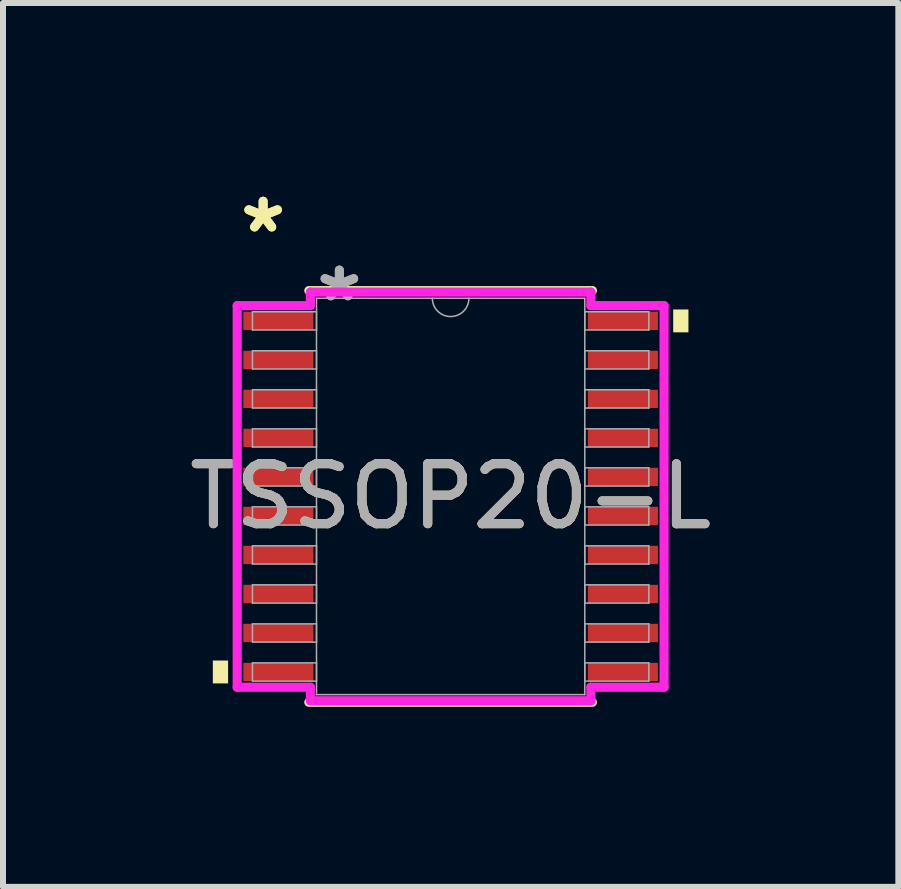
<source format=kicad_pcb>
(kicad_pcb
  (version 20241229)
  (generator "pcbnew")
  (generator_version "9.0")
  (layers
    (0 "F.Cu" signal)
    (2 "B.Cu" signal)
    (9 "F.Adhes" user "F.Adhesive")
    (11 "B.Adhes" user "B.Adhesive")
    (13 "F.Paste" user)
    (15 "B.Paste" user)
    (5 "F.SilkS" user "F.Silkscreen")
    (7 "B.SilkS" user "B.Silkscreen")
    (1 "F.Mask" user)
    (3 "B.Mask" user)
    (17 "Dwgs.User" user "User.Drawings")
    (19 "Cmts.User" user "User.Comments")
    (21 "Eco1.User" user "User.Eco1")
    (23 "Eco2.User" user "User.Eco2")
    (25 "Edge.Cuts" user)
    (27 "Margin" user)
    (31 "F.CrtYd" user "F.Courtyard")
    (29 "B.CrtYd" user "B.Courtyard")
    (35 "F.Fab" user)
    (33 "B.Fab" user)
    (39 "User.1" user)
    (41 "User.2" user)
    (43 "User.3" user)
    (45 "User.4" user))
  (footprint "TSSOP20-L"
    (layer "F.Cu")
    (at 4.458 5.221)
    (property "Reference" "TSSOP20-L" (at 0 0 0) (unlocked yes) (layer "F.SilkS") (effects (font (size 1 1) (thickness 0.15))))
    (attr smd)
    (fp_line (start -2.362 3.429) (end 2.362 3.429) (stroke (width 0.152) (type solid)) (layer "F.SilkS"))
    (fp_line (start 2.362 -3.429) (end -2.362 -3.429) (stroke (width 0.152) (type solid)) (layer "F.SilkS"))
    (fp_poly (pts (xy -3.962 2.734) (xy -3.962 3.115) (xy -3.708 3.115) (xy -3.708 2.734)) (stroke (width 0) (type solid)) (fill yes) (layer "F.SilkS"))
    (fp_poly (pts (xy 3.962 -3.115) (xy 3.962 -2.734) (xy 3.708 -2.734) (xy 3.708 -3.115)) (stroke (width 0) (type solid)) (fill yes) (layer "F.SilkS"))
    (fp_line (start -3.556 -3.179) (end -2.337 -3.179) (stroke (width 0.152) (type solid)) (layer "F.CrtYd"))
    (fp_line (start -3.556 3.179) (end -3.556 -3.179) (stroke (width 0.152) (type solid)) (layer "F.CrtYd"))
    (fp_line (start -3.556 3.179) (end -2.337 3.179) (stroke (width 0.152) (type solid)) (layer "F.CrtYd"))
    (fp_line (start -2.337 -3.404) (end 2.337 -3.404) (stroke (width 0.152) (type solid)) (layer "F.CrtYd"))
    (fp_line (start -2.337 -3.179) (end -2.337 -3.404) (stroke (width 0.152) (type solid)) (layer "F.CrtYd"))
    (fp_line (start -2.337 3.404) (end -2.337 3.179) (stroke (width 0.152) (type solid)) (layer "F.CrtYd"))
    (fp_line (start 2.337 -3.404) (end 2.337 -3.179) (stroke (width 0.152) (type solid)) (layer "F.CrtYd"))
    (fp_line (start 2.337 3.179) (end 2.337 3.404) (stroke (width 0.152) (type solid)) (layer "F.CrtYd"))
    (fp_line (start 2.337 3.404) (end -2.337 3.404) (stroke (width 0.152) (type solid)) (layer "F.CrtYd"))
    (fp_line (start 3.556 -3.179) (end 2.337 -3.179) (stroke (width 0.152) (type solid)) (layer "F.CrtYd"))
    (fp_line (start 3.556 -3.179) (end 3.556 3.179) (stroke (width 0.152) (type solid)) (layer "F.CrtYd"))
    (fp_line (start 3.556 3.179) (end 2.337 3.179) (stroke (width 0.152) (type solid)) (layer "F.CrtYd"))
    (fp_line (start -3.302 -3.077) (end -3.302 -2.773) (stroke (width 0.025) (type solid)) (layer "F.Fab"))
    (fp_line (start -3.302 -2.773) (end -2.235 -2.773) (stroke (width 0.025) (type solid)) (layer "F.Fab"))
    (fp_line (start -3.302 -2.427) (end -3.302 -2.123) (stroke (width 0.025) (type solid)) (layer "F.Fab"))
    (fp_line (start -3.302 -2.123) (end -2.235 -2.123) (stroke (width 0.025) (type solid)) (layer "F.Fab"))
    (fp_line (start -3.302 -1.777) (end -3.302 -1.473) (stroke (width 0.025) (type solid)) (layer "F.Fab"))
    (fp_line (start -3.302 -1.473) (end -2.235 -1.473) (stroke (width 0.025) (type solid)) (layer "F.Fab"))
    (fp_line (start -3.302 -1.127) (end -3.302 -0.823) (stroke (width 0.025) (type solid)) (layer "F.Fab"))
    (fp_line (start -3.302 -0.823) (end -2.235 -0.823) (stroke (width 0.025) (type solid)) (layer "F.Fab"))
    (fp_line (start -3.302 -0.477) (end -3.302 -0.173) (stroke (width 0.025) (type solid)) (layer "F.Fab"))
    (fp_line (start -3.302 -0.173) (end -2.235 -0.173) (stroke (width 0.025) (type solid)) (layer "F.Fab"))
    (fp_line (start -3.302 0.173) (end -3.302 0.477) (stroke (width 0.025) (type solid)) (layer "F.Fab"))
    (fp_line (start -3.302 0.477) (end -2.235 0.477) (stroke (width 0.025) (type solid)) (layer "F.Fab"))
    (fp_line (start -3.302 0.823) (end -3.302 1.127) (stroke (width 0.025) (type solid)) (layer "F.Fab"))
    (fp_line (start -3.302 1.127) (end -2.235 1.127) (stroke (width 0.025) (type solid)) (layer "F.Fab"))
    (fp_line (start -3.302 1.473) (end -3.302 1.777) (stroke (width 0.025) (type solid)) (layer "F.Fab"))
    (fp_line (start -3.302 1.777) (end -2.235 1.777) (stroke (width 0.025) (type solid)) (layer "F.Fab"))
    (fp_line (start -3.302 2.123) (end -3.302 2.427) (stroke (width 0.025) (type solid)) (layer "F.Fab"))
    (fp_line (start -3.302 2.427) (end -2.235 2.427) (stroke (width 0.025) (type solid)) (layer "F.Fab"))
    (fp_line (start -3.302 2.773) (end -3.302 3.077) (stroke (width 0.025) (type solid)) (layer "F.Fab"))
    (fp_line (start -3.302 3.077) (end -2.235 3.077) (stroke (width 0.025) (type solid)) (layer "F.Fab"))
    (fp_line (start -2.235 -3.302) (end -2.235 3.302) (stroke (width 0.025) (type solid)) (layer "F.Fab"))
    (fp_line (start -2.235 -3.077) (end -3.302 -3.077) (stroke (width 0.025) (type solid)) (layer "F.Fab"))
    (fp_line (start -2.235 -2.773) (end -2.235 -3.077) (stroke (width 0.025) (type solid)) (layer "F.Fab"))
    (fp_line (start -2.235 -2.427) (end -3.302 -2.427) (stroke (width 0.025) (type solid)) (layer "F.Fab"))
    (fp_line (start -2.235 -2.123) (end -2.235 -2.427) (stroke (width 0.025) (type solid)) (layer "F.Fab"))
    (fp_line (start -2.235 -1.777) (end -3.302 -1.777) (stroke (width 0.025) (type solid)) (layer "F.Fab"))
    (fp_line (start -2.235 -1.473) (end -2.235 -1.777) (stroke (width 0.025) (type solid)) (layer "F.Fab"))
    (fp_line (start -2.235 -1.127) (end -3.302 -1.127) (stroke (width 0.025) (type solid)) (layer "F.Fab"))
    (fp_line (start -2.235 -0.823) (end -2.235 -1.127) (stroke (width 0.025) (type solid)) (layer "F.Fab"))
    (fp_line (start -2.235 -0.477) (end -3.302 -0.477) (stroke (width 0.025) (type solid)) (layer "F.Fab"))
    (fp_line (start -2.235 -0.173) (end -2.235 -0.477) (stroke (width 0.025) (type solid)) (layer "F.Fab"))
    (fp_line (start -2.235 0.173) (end -3.302 0.173) (stroke (width 0.025) (type solid)) (layer "F.Fab"))
    (fp_line (start -2.235 0.477) (end -2.235 0.173) (stroke (width 0.025) (type solid)) (layer "F.Fab"))
    (fp_line (start -2.235 0.823) (end -3.302 0.823) (stroke (width 0.025) (type solid)) (layer "F.Fab"))
    (fp_line (start -2.235 1.127) (end -2.235 0.823) (stroke (width 0.025) (type solid)) (layer "F.Fab"))
    (fp_line (start -2.235 1.473) (end -3.302 1.473) (stroke (width 0.025) (type solid)) (layer "F.Fab"))
    (fp_line (start -2.235 1.777) (end -2.235 1.473) (stroke (width 0.025) (type solid)) (layer "F.Fab"))
    (fp_line (start -2.235 2.123) (end -3.302 2.123) (stroke (width 0.025) (type solid)) (layer "F.Fab"))
    (fp_line (start -2.235 2.427) (end -2.235 2.123) (stroke (width 0.025) (type solid)) (layer "F.Fab"))
    (fp_line (start -2.235 2.773) (end -3.302 2.773) (stroke (width 0.025) (type solid)) (layer "F.Fab"))
    (fp_line (start -2.235 3.077) (end -2.235 2.773) (stroke (width 0.025) (type solid)) (layer "F.Fab"))
    (fp_line (start -2.235 3.302) (end 2.235 3.302) (stroke (width 0.025) (type solid)) (layer "F.Fab"))
    (fp_line (start 2.235 -3.302) (end -2.235 -3.302) (stroke (width 0.025) (type solid)) (layer "F.Fab"))
    (fp_line (start 2.235 -3.077) (end 2.235 -2.773) (stroke (width 0.025) (type solid)) (layer "F.Fab"))
    (fp_line (start 2.235 -2.773) (end 3.302 -2.773) (stroke (width 0.025) (type solid)) (layer "F.Fab"))
    (fp_line (start 2.235 -2.427) (end 2.235 -2.123) (stroke (width 0.025) (type solid)) (layer "F.Fab"))
    (fp_line (start 2.235 -2.123) (end 3.302 -2.123) (stroke (width 0.025) (type solid)) (layer "F.Fab"))
    (fp_line (start 2.235 -1.777) (end 2.235 -1.473) (stroke (width 0.025) (type solid)) (layer "F.Fab"))
    (fp_line (start 2.235 -1.473) (end 3.302 -1.473) (stroke (width 0.025) (type solid)) (layer "F.Fab"))
    (fp_line (start 2.235 -1.127) (end 2.235 -0.823) (stroke (width 0.025) (type solid)) (layer "F.Fab"))
    (fp_line (start 2.235 -0.823) (end 3.302 -0.823) (stroke (width 0.025) (type solid)) (layer "F.Fab"))
    (fp_line (start 2.235 -0.477) (end 2.235 -0.173) (stroke (width 0.025) (type solid)) (layer "F.Fab"))
    (fp_line (start 2.235 -0.173) (end 3.302 -0.173) (stroke (width 0.025) (type solid)) (layer "F.Fab"))
    (fp_line (start 2.235 0.173) (end 2.235 0.477) (stroke (width 0.025) (type solid)) (layer "F.Fab"))
    (fp_line (start 2.235 0.477) (end 3.302 0.477) (stroke (width 0.025) (type solid)) (layer "F.Fab"))
    (fp_line (start 2.235 0.823) (end 2.235 1.127) (stroke (width 0.025) (type solid)) (layer "F.Fab"))
    (fp_line (start 2.235 1.127) (end 3.302 1.127) (stroke (width 0.025) (type solid)) (layer "F.Fab"))
    (fp_line (start 2.235 1.473) (end 2.235 1.777) (stroke (width 0.025) (type solid)) (layer "F.Fab"))
    (fp_line (start 2.235 1.777) (end 3.302 1.777) (stroke (width 0.025) (type solid)) (layer "F.Fab"))
    (fp_line (start 2.235 2.123) (end 2.235 2.427) (stroke (width 0.025) (type solid)) (layer "F.Fab"))
    (fp_line (start 2.235 2.427) (end 3.302 2.427) (stroke (width 0.025) (type solid)) (layer "F.Fab"))
    (fp_line (start 2.235 2.773) (end 2.235 3.077) (stroke (width 0.025) (type solid)) (layer "F.Fab"))
    (fp_line (start 2.235 3.077) (end 3.302 3.077) (stroke (width 0.025) (type solid)) (layer "F.Fab"))
    (fp_line (start 2.235 3.302) (end 2.235 -3.302) (stroke (width 0.025) (type solid)) (layer "F.Fab"))
    (fp_line (start 3.302 -3.077) (end 2.235 -3.077) (stroke (width 0.025) (type solid)) (layer "F.Fab"))
    (fp_line (start 3.302 -2.773) (end 3.302 -3.077) (stroke (width 0.025) (type solid)) (layer "F.Fab"))
    (fp_line (start 3.302 -2.427) (end 2.235 -2.427) (stroke (width 0.025) (type solid)) (layer "F.Fab"))
    (fp_line (start 3.302 -2.123) (end 3.302 -2.427) (stroke (width 0.025) (type solid)) (layer "F.Fab"))
    (fp_line (start 3.302 -1.777) (end 2.235 -1.777) (stroke (width 0.025) (type solid)) (layer "F.Fab"))
    (fp_line (start 3.302 -1.473) (end 3.302 -1.777) (stroke (width 0.025) (type solid)) (layer "F.Fab"))
    (fp_line (start 3.302 -1.127) (end 2.235 -1.127) (stroke (width 0.025) (type solid)) (layer "F.Fab"))
    (fp_line (start 3.302 -0.823) (end 3.302 -1.127) (stroke (width 0.025) (type solid)) (layer "F.Fab"))
    (fp_line (start 3.302 -0.477) (end 2.235 -0.477) (stroke (width 0.025) (type solid)) (layer "F.Fab"))
    (fp_line (start 3.302 -0.173) (end 3.302 -0.477) (stroke (width 0.025) (type solid)) (layer "F.Fab"))
    (fp_line (start 3.302 0.173) (end 2.235 0.173) (stroke (width 0.025) (type solid)) (layer "F.Fab"))
    (fp_line (start 3.302 0.477) (end 3.302 0.173) (stroke (width 0.025) (type solid)) (layer "F.Fab"))
    (fp_line (start 3.302 0.823) (end 2.235 0.823) (stroke (width 0.025) (type solid)) (layer "F.Fab"))
    (fp_line (start 3.302 1.127) (end 3.302 0.823) (stroke (width 0.025) (type solid)) (layer "F.Fab"))
    (fp_line (start 3.302 1.473) (end 2.235 1.473) (stroke (width 0.025) (type solid)) (layer "F.Fab"))
    (fp_line (start 3.302 1.777) (end 3.302 1.473) (stroke (width 0.025) (type solid)) (layer "F.Fab"))
    (fp_line (start 3.302 2.123) (end 2.235 2.123) (stroke (width 0.025) (type solid)) (layer "F.Fab"))
    (fp_line (start 3.302 2.427) (end 3.302 2.123) (stroke (width 0.025) (type solid)) (layer "F.Fab"))
    (fp_line (start 3.302 2.773) (end 2.235 2.773) (stroke (width 0.025) (type solid)) (layer "F.Fab"))
    (fp_line (start 3.302 3.077) (end 3.302 2.773) (stroke (width 0.025) (type solid)) (layer "F.Fab"))
    (fp_arc (start 0.3048 -3.302) (mid 0 -2.9972) (end -0.3048 -3.302) (stroke (width 0.0254) (type solid)) (layer "F.Fab"))
    (fp_text user "*" (at -3.124 -4.373 0) (unlocked yes) (layer "F.SilkS") (effects (font (size 1 1) (thickness 0.15))))
    (fp_text user "*" (at -3.124 -4.373 0) (layer "F.SilkS") (effects (font (size 1 1) (thickness 0.15))))
    (fp_text user "*" (at -1.854 -3.226 0) (unlocked yes) (layer "F.Fab") (effects (font (size 1 1) (thickness 0.15))))
    (fp_text user "*" (at -1.854 -3.226 0) (layer "F.Fab") (effects (font (size 1 1) (thickness 0.15))))
    (fp_text user "${REFERENCE}" (at 0 0 0) (unlocked yes) (layer "F.Fab") (effects (font (size 1 1) (thickness 0.15))))
    (pad "1" smd rect (at -2.87 -2.925) (size 1.168 0.305) (layers "F.Cu" "F.Mask" "F.Paste"))
    (pad "2" smd rect (at -2.87 -2.275) (size 1.168 0.305) (layers "F.Cu" "F.Mask" "F.Paste"))
    (pad "3" smd rect (at -2.87 -1.625) (size 1.168 0.305) (layers "F.Cu" "F.Mask" "F.Paste"))
    (pad "4" smd rect (at -2.87 -0.975) (size 1.168 0.305) (layers "F.Cu" "F.Mask" "F.Paste"))
    (pad "5" smd rect (at -2.87 -0.325) (size 1.168 0.305) (layers "F.Cu" "F.Mask" "F.Paste"))
    (pad "6" smd rect (at -2.87 0.325) (size 1.168 0.305) (layers "F.Cu" "F.Mask" "F.Paste"))
    (pad "7" smd rect (at -2.87 0.975) (size 1.168 0.305) (layers "F.Cu" "F.Mask" "F.Paste"))
    (pad "8" smd rect (at -2.87 1.625) (size 1.168 0.305) (layers "F.Cu" "F.Mask" "F.Paste"))
    (pad "9" smd rect (at -2.87 2.275) (size 1.168 0.305) (layers "F.Cu" "F.Mask" "F.Paste"))
    (pad "10" smd rect (at -2.87 2.925) (size 1.168 0.305) (layers "F.Cu" "F.Mask" "F.Paste"))
    (pad "11" smd rect (at 2.87 2.925) (size 1.168 0.305) (layers "F.Cu" "F.Mask" "F.Paste"))
    (pad "12" smd rect (at 2.87 2.275) (size 1.168 0.305) (layers "F.Cu" "F.Mask" "F.Paste"))
    (pad "13" smd rect (at 2.87 1.625) (size 1.168 0.305) (layers "F.Cu" "F.Mask" "F.Paste"))
    (pad "14" smd rect (at 2.87 0.975) (size 1.168 0.305) (layers "F.Cu" "F.Mask" "F.Paste"))
    (pad "15" smd rect (at 2.87 0.325) (size 1.168 0.305) (layers "F.Cu" "F.Mask" "F.Paste"))
    (pad "16" smd rect (at 2.87 -0.325) (size 1.168 0.305) (layers "F.Cu" "F.Mask" "F.Paste"))
    (pad "17" smd rect (at 2.87 -0.975) (size 1.168 0.305) (layers "F.Cu" "F.Mask" "F.Paste"))
    (pad "18" smd rect (at 2.87 -1.625) (size 1.168 0.305) (layers "F.Cu" "F.Mask" "F.Paste"))
    (pad "19" smd rect (at 2.87 -2.275) (size 1.168 0.305) (layers "F.Cu" "F.Mask" "F.Paste"))
    (pad "20" smd rect (at 2.87 -2.925) (size 1.168 0.305) (layers "F.Cu" "F.Mask" "F.Paste")))
  (gr_rect
    (start -3 -3)
    (end 11.917 11.726)
    (stroke (width 0.1) (type default))
    (fill no)
    (layer "Edge.Cuts")))
</source>
